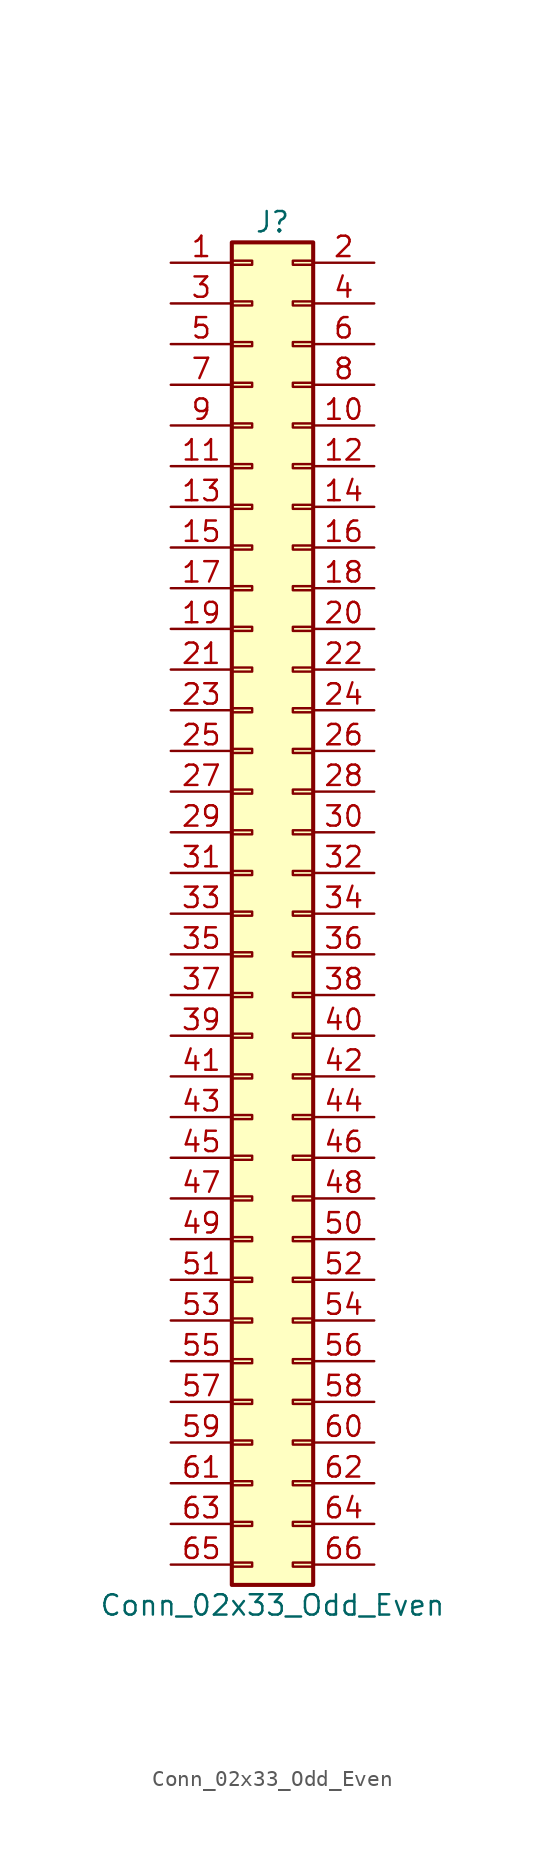
<source format=kicad_sym>
(kicad_symbol_lib
  (version 20231120)
  (generator "kicad_symbol_editor")
  (generator_version "8.0")
  (symbol "Conn_02x33_Odd_Even"
    (pin_names
      (offset 1.016) hide)
    (property "Reference" "J"
      (at 1.27 43.18 0)
      (effects (font (size 1.27 1.27))))
    (property "Value" "Conn_02x33_Odd_Even"
      (at 1.27 -43.18 0)
      (effects (font (size 1.27 1.27))))
    (symbol "Conn_02x33_Odd_Even_1_1"
      (rectangle (start -1.27 -40.513) (end 0 -40.767) (stroke (width 0.152) (type default)) (fill (type none)))
      (rectangle (start -1.27 -37.973) (end 0 -38.227) (stroke (width 0.152) (type default)) (fill (type none)))
      (rectangle (start -1.27 -35.433) (end 0 -35.687) (stroke (width 0.152) (type default)) (fill (type none)))
      (rectangle (start -1.27 -32.893) (end 0 -33.147) (stroke (width 0.152) (type default)) (fill (type none)))
      (rectangle (start -1.27 -30.353) (end 0 -30.607) (stroke (width 0.152) (type default)) (fill (type none)))
      (rectangle (start -1.27 -27.813) (end 0 -28.067) (stroke (width 0.152) (type default)) (fill (type none)))
      (rectangle (start -1.27 -25.273) (end 0 -25.527) (stroke (width 0.152) (type default)) (fill (type none)))
      (rectangle (start -1.27 -22.733) (end 0 -22.987) (stroke (width 0.152) (type default)) (fill (type none)))
      (rectangle (start -1.27 -20.193) (end 0 -20.447) (stroke (width 0.152) (type default)) (fill (type none)))
      (rectangle (start -1.27 -17.653) (end 0 -17.907) (stroke (width 0.152) (type default)) (fill (type none)))
      (rectangle (start -1.27 -15.113) (end 0 -15.367) (stroke (width 0.152) (type default)) (fill (type none)))
      (rectangle (start -1.27 -12.573) (end 0 -12.827) (stroke (width 0.152) (type default)) (fill (type none)))
      (rectangle (start -1.27 -10.033) (end 0 -10.287) (stroke (width 0.152) (type default)) (fill (type none)))
      (rectangle (start -1.27 -7.493) (end 0 -7.747) (stroke (width 0.152) (type default)) (fill (type none)))
      (rectangle (start -1.27 -4.953) (end 0 -5.207) (stroke (width 0.152) (type default)) (fill (type none)))
      (rectangle (start -1.27 -2.413) (end 0 -2.667) (stroke (width 0.152) (type default)) (fill (type none)))
      (rectangle (start -1.27 0.127) (end 0 -0.127) (stroke (width 0.152) (type default)) (fill (type none)))
      (rectangle (start -1.27 2.667) (end 0 2.413) (stroke (width 0.152) (type default)) (fill (type none)))
      (rectangle (start -1.27 5.207) (end 0 4.953) (stroke (width 0.152) (type default)) (fill (type none)))
      (rectangle (start -1.27 7.747) (end 0 7.493) (stroke (width 0.152) (type default)) (fill (type none)))
      (rectangle (start -1.27 10.287) (end 0 10.033) (stroke (width 0.152) (type default)) (fill (type none)))
      (rectangle (start -1.27 12.827) (end 0 12.573) (stroke (width 0.152) (type default)) (fill (type none)))
      (rectangle (start -1.27 15.367) (end 0 15.113) (stroke (width 0.152) (type default)) (fill (type none)))
      (rectangle (start -1.27 17.907) (end 0 17.653) (stroke (width 0.152) (type default)) (fill (type none)))
      (rectangle (start -1.27 20.447) (end 0 20.193) (stroke (width 0.152) (type default)) (fill (type none)))
      (rectangle (start -1.27 22.987) (end 0 22.733) (stroke (width 0.152) (type default)) (fill (type none)))
      (rectangle (start -1.27 25.527) (end 0 25.273) (stroke (width 0.152) (type default)) (fill (type none)))
      (rectangle (start -1.27 28.067) (end 0 27.813) (stroke (width 0.152) (type default)) (fill (type none)))
      (rectangle (start -1.27 30.607) (end 0 30.353) (stroke (width 0.152) (type default)) (fill (type none)))
      (rectangle (start -1.27 33.147) (end 0 32.893) (stroke (width 0.152) (type default)) (fill (type none)))
      (rectangle (start -1.27 35.687) (end 0 35.433) (stroke (width 0.152) (type default)) (fill (type none)))
      (rectangle (start -1.27 38.227) (end 0 37.973) (stroke (width 0.152) (type default)) (fill (type none)))
      (rectangle (start -1.27 40.767) (end 0 40.513) (stroke (width 0.152) (type default)) (fill (type none)))
      (rectangle (start -1.27 41.91) (end 3.81 -41.91) (stroke (width 0.254) (type default)) (fill (type background)))
      (rectangle (start 3.81 -40.513) (end 2.54 -40.767) (stroke (width 0.152) (type default)) (fill (type none)))
      (rectangle (start 3.81 -37.973) (end 2.54 -38.227) (stroke (width 0.152) (type default)) (fill (type none)))
      (rectangle (start 3.81 -35.433) (end 2.54 -35.687) (stroke (width 0.152) (type default)) (fill (type none)))
      (rectangle (start 3.81 -32.893) (end 2.54 -33.147) (stroke (width 0.152) (type default)) (fill (type none)))
      (rectangle (start 3.81 -30.353) (end 2.54 -30.607) (stroke (width 0.152) (type default)) (fill (type none)))
      (rectangle (start 3.81 -27.813) (end 2.54 -28.067) (stroke (width 0.152) (type default)) (fill (type none)))
      (rectangle (start 3.81 -25.273) (end 2.54 -25.527) (stroke (width 0.152) (type default)) (fill (type none)))
      (rectangle (start 3.81 -22.733) (end 2.54 -22.987) (stroke (width 0.152) (type default)) (fill (type none)))
      (rectangle (start 3.81 -20.193) (end 2.54 -20.447) (stroke (width 0.152) (type default)) (fill (type none)))
      (rectangle (start 3.81 -17.653) (end 2.54 -17.907) (stroke (width 0.152) (type default)) (fill (type none)))
      (rectangle (start 3.81 -15.113) (end 2.54 -15.367) (stroke (width 0.152) (type default)) (fill (type none)))
      (rectangle (start 3.81 -12.573) (end 2.54 -12.827) (stroke (width 0.152) (type default)) (fill (type none)))
      (rectangle (start 3.81 -10.033) (end 2.54 -10.287) (stroke (width 0.152) (type default)) (fill (type none)))
      (rectangle (start 3.81 -7.493) (end 2.54 -7.747) (stroke (width 0.152) (type default)) (fill (type none)))
      (rectangle (start 3.81 -4.953) (end 2.54 -5.207) (stroke (width 0.152) (type default)) (fill (type none)))
      (rectangle (start 3.81 -2.413) (end 2.54 -2.667) (stroke (width 0.152) (type default)) (fill (type none)))
      (rectangle (start 3.81 0.127) (end 2.54 -0.127) (stroke (width 0.152) (type default)) (fill (type none)))
      (rectangle (start 3.81 2.667) (end 2.54 2.413) (stroke (width 0.152) (type default)) (fill (type none)))
      (rectangle (start 3.81 5.207) (end 2.54 4.953) (stroke (width 0.152) (type default)) (fill (type none)))
      (rectangle (start 3.81 7.747) (end 2.54 7.493) (stroke (width 0.152) (type default)) (fill (type none)))
      (rectangle (start 3.81 10.287) (end 2.54 10.033) (stroke (width 0.152) (type default)) (fill (type none)))
      (rectangle (start 3.81 12.827) (end 2.54 12.573) (stroke (width 0.152) (type default)) (fill (type none)))
      (rectangle (start 3.81 15.367) (end 2.54 15.113) (stroke (width 0.152) (type default)) (fill (type none)))
      (rectangle (start 3.81 17.907) (end 2.54 17.653) (stroke (width 0.152) (type default)) (fill (type none)))
      (rectangle (start 3.81 20.447) (end 2.54 20.193) (stroke (width 0.152) (type default)) (fill (type none)))
      (rectangle (start 3.81 22.987) (end 2.54 22.733) (stroke (width 0.152) (type default)) (fill (type none)))
      (rectangle (start 3.81 25.527) (end 2.54 25.273) (stroke (width 0.152) (type default)) (fill (type none)))
      (rectangle (start 3.81 28.067) (end 2.54 27.813) (stroke (width 0.152) (type default)) (fill (type none)))
      (rectangle (start 3.81 30.607) (end 2.54 30.353) (stroke (width 0.152) (type default)) (fill (type none)))
      (rectangle (start 3.81 33.147) (end 2.54 32.893) (stroke (width 0.152) (type default)) (fill (type none)))
      (rectangle (start 3.81 35.687) (end 2.54 35.433) (stroke (width 0.152) (type default)) (fill (type none)))
      (rectangle (start 3.81 38.227) (end 2.54 37.973) (stroke (width 0.152) (type default)) (fill (type none)))
      (rectangle (start 3.81 40.767) (end 2.54 40.513) (stroke (width 0.152) (type default)) (fill (type none)))
      (pin passive line (at -5.08 40.64 0) (length 3.81) (name "Pin_1" (effects (font (size 1.27 1.27)))) (number "1" (effects (font (size 1.27 1.27)))))
      (pin passive line (at 7.62 30.48 180) (length 3.81) (name "Pin_10" (effects (font (size 1.27 1.27)))) (number "10" (effects (font (size 1.27 1.27)))))
      (pin passive line (at -5.08 27.94 0) (length 3.81) (name "Pin_11" (effects (font (size 1.27 1.27)))) (number "11" (effects (font (size 1.27 1.27)))))
      (pin passive line (at 7.62 27.94 180) (length 3.81) (name "Pin_12" (effects (font (size 1.27 1.27)))) (number "12" (effects (font (size 1.27 1.27)))))
      (pin passive line (at -5.08 25.4 0) (length 3.81) (name "Pin_13" (effects (font (size 1.27 1.27)))) (number "13" (effects (font (size 1.27 1.27)))))
      (pin passive line (at 7.62 25.4 180) (length 3.81) (name "Pin_14" (effects (font (size 1.27 1.27)))) (number "14" (effects (font (size 1.27 1.27)))))
      (pin passive line (at -5.08 22.86 0) (length 3.81) (name "Pin_15" (effects (font (size 1.27 1.27)))) (number "15" (effects (font (size 1.27 1.27)))))
      (pin passive line (at 7.62 22.86 180) (length 3.81) (name "Pin_16" (effects (font (size 1.27 1.27)))) (number "16" (effects (font (size 1.27 1.27)))))
      (pin passive line (at -5.08 20.32 0) (length 3.81) (name "Pin_17" (effects (font (size 1.27 1.27)))) (number "17" (effects (font (size 1.27 1.27)))))
      (pin passive line (at 7.62 20.32 180) (length 3.81) (name "Pin_18" (effects (font (size 1.27 1.27)))) (number "18" (effects (font (size 1.27 1.27)))))
      (pin passive line (at -5.08 17.78 0) (length 3.81) (name "Pin_19" (effects (font (size 1.27 1.27)))) (number "19" (effects (font (size 1.27 1.27)))))
      (pin passive line (at 7.62 40.64 180) (length 3.81) (name "Pin_2" (effects (font (size 1.27 1.27)))) (number "2" (effects (font (size 1.27 1.27)))))
      (pin passive line (at 7.62 17.78 180) (length 3.81) (name "Pin_20" (effects (font (size 1.27 1.27)))) (number "20" (effects (font (size 1.27 1.27)))))
      (pin passive line (at -5.08 15.24 0) (length 3.81) (name "Pin_21" (effects (font (size 1.27 1.27)))) (number "21" (effects (font (size 1.27 1.27)))))
      (pin passive line (at 7.62 15.24 180) (length 3.81) (name "Pin_22" (effects (font (size 1.27 1.27)))) (number "22" (effects (font (size 1.27 1.27)))))
      (pin passive line (at -5.08 12.7 0) (length 3.81) (name "Pin_23" (effects (font (size 1.27 1.27)))) (number "23" (effects (font (size 1.27 1.27)))))
      (pin passive line (at 7.62 12.7 180) (length 3.81) (name "Pin_24" (effects (font (size 1.27 1.27)))) (number "24" (effects (font (size 1.27 1.27)))))
      (pin passive line (at -5.08 10.16 0) (length 3.81) (name "Pin_25" (effects (font (size 1.27 1.27)))) (number "25" (effects (font (size 1.27 1.27)))))
      (pin passive line (at 7.62 10.16 180) (length 3.81) (name "Pin_26" (effects (font (size 1.27 1.27)))) (number "26" (effects (font (size 1.27 1.27)))))
      (pin passive line (at -5.08 7.62 0) (length 3.81) (name "Pin_27" (effects (font (size 1.27 1.27)))) (number "27" (effects (font (size 1.27 1.27)))))
      (pin passive line (at 7.62 7.62 180) (length 3.81) (name "Pin_28" (effects (font (size 1.27 1.27)))) (number "28" (effects (font (size 1.27 1.27)))))
      (pin passive line (at -5.08 5.08 0) (length 3.81) (name "Pin_29" (effects (font (size 1.27 1.27)))) (number "29" (effects (font (size 1.27 1.27)))))
      (pin passive line (at -5.08 38.1 0) (length 3.81) (name "Pin_3" (effects (font (size 1.27 1.27)))) (number "3" (effects (font (size 1.27 1.27)))))
      (pin passive line (at 7.62 5.08 180) (length 3.81) (name "Pin_30" (effects (font (size 1.27 1.27)))) (number "30" (effects (font (size 1.27 1.27)))))
      (pin passive line (at -5.08 2.54 0) (length 3.81) (name "Pin_31" (effects (font (size 1.27 1.27)))) (number "31" (effects (font (size 1.27 1.27)))))
      (pin passive line (at 7.62 2.54 180) (length 3.81) (name "Pin_32" (effects (font (size 1.27 1.27)))) (number "32" (effects (font (size 1.27 1.27)))))
      (pin passive line (at -5.08 0 0) (length 3.81) (name "Pin_33" (effects (font (size 1.27 1.27)))) (number "33" (effects (font (size 1.27 1.27)))))
      (pin passive line (at 7.62 0 180) (length 3.81) (name "Pin_34" (effects (font (size 1.27 1.27)))) (number "34" (effects (font (size 1.27 1.27)))))
      (pin passive line (at -5.08 -2.54 0) (length 3.81) (name "Pin_35" (effects (font (size 1.27 1.27)))) (number "35" (effects (font (size 1.27 1.27)))))
      (pin passive line (at 7.62 -2.54 180) (length 3.81) (name "Pin_36" (effects (font (size 1.27 1.27)))) (number "36" (effects (font (size 1.27 1.27)))))
      (pin passive line (at -5.08 -5.08 0) (length 3.81) (name "Pin_37" (effects (font (size 1.27 1.27)))) (number "37" (effects (font (size 1.27 1.27)))))
      (pin passive line (at 7.62 -5.08 180) (length 3.81) (name "Pin_38" (effects (font (size 1.27 1.27)))) (number "38" (effects (font (size 1.27 1.27)))))
      (pin passive line (at -5.08 -7.62 0) (length 3.81) (name "Pin_39" (effects (font (size 1.27 1.27)))) (number "39" (effects (font (size 1.27 1.27)))))
      (pin passive line (at 7.62 38.1 180) (length 3.81) (name "Pin_4" (effects (font (size 1.27 1.27)))) (number "4" (effects (font (size 1.27 1.27)))))
      (pin passive line (at 7.62 -7.62 180) (length 3.81) (name "Pin_40" (effects (font (size 1.27 1.27)))) (number "40" (effects (font (size 1.27 1.27)))))
      (pin passive line (at -5.08 -10.16 0) (length 3.81) (name "Pin_41" (effects (font (size 1.27 1.27)))) (number "41" (effects (font (size 1.27 1.27)))))
      (pin passive line (at 7.62 -10.16 180) (length 3.81) (name "Pin_42" (effects (font (size 1.27 1.27)))) (number "42" (effects (font (size 1.27 1.27)))))
      (pin passive line (at -5.08 -12.7 0) (length 3.81) (name "Pin_43" (effects (font (size 1.27 1.27)))) (number "43" (effects (font (size 1.27 1.27)))))
      (pin passive line (at 7.62 -12.7 180) (length 3.81) (name "Pin_44" (effects (font (size 1.27 1.27)))) (number "44" (effects (font (size 1.27 1.27)))))
      (pin passive line (at -5.08 -15.24 0) (length 3.81) (name "Pin_45" (effects (font (size 1.27 1.27)))) (number "45" (effects (font (size 1.27 1.27)))))
      (pin passive line (at 7.62 -15.24 180) (length 3.81) (name "Pin_46" (effects (font (size 1.27 1.27)))) (number "46" (effects (font (size 1.27 1.27)))))
      (pin passive line (at -5.08 -17.78 0) (length 3.81) (name "Pin_47" (effects (font (size 1.27 1.27)))) (number "47" (effects (font (size 1.27 1.27)))))
      (pin passive line (at 7.62 -17.78 180) (length 3.81) (name "Pin_48" (effects (font (size 1.27 1.27)))) (number "48" (effects (font (size 1.27 1.27)))))
      (pin passive line (at -5.08 -20.32 0) (length 3.81) (name "Pin_49" (effects (font (size 1.27 1.27)))) (number "49" (effects (font (size 1.27 1.27)))))
      (pin passive line (at -5.08 35.56 0) (length 3.81) (name "Pin_5" (effects (font (size 1.27 1.27)))) (number "5" (effects (font (size 1.27 1.27)))))
      (pin passive line (at 7.62 -20.32 180) (length 3.81) (name "Pin_50" (effects (font (size 1.27 1.27)))) (number "50" (effects (font (size 1.27 1.27)))))
      (pin passive line (at -5.08 -22.86 0) (length 3.81) (name "Pin_51" (effects (font (size 1.27 1.27)))) (number "51" (effects (font (size 1.27 1.27)))))
      (pin passive line (at 7.62 -22.86 180) (length 3.81) (name "Pin_52" (effects (font (size 1.27 1.27)))) (number "52" (effects (font (size 1.27 1.27)))))
      (pin passive line (at -5.08 -25.4 0) (length 3.81) (name "Pin_53" (effects (font (size 1.27 1.27)))) (number "53" (effects (font (size 1.27 1.27)))))
      (pin passive line (at 7.62 -25.4 180) (length 3.81) (name "Pin_54" (effects (font (size 1.27 1.27)))) (number "54" (effects (font (size 1.27 1.27)))))
      (pin passive line (at -5.08 -27.94 0) (length 3.81) (name "Pin_55" (effects (font (size 1.27 1.27)))) (number "55" (effects (font (size 1.27 1.27)))))
      (pin passive line (at 7.62 -27.94 180) (length 3.81) (name "Pin_56" (effects (font (size 1.27 1.27)))) (number "56" (effects (font (size 1.27 1.27)))))
      (pin passive line (at -5.08 -30.48 0) (length 3.81) (name "Pin_57" (effects (font (size 1.27 1.27)))) (number "57" (effects (font (size 1.27 1.27)))))
      (pin passive line (at 7.62 -30.48 180) (length 3.81) (name "Pin_58" (effects (font (size 1.27 1.27)))) (number "58" (effects (font (size 1.27 1.27)))))
      (pin passive line (at -5.08 -33.02 0) (length 3.81) (name "Pin_59" (effects (font (size 1.27 1.27)))) (number "59" (effects (font (size 1.27 1.27)))))
      (pin passive line (at 7.62 35.56 180) (length 3.81) (name "Pin_6" (effects (font (size 1.27 1.27)))) (number "6" (effects (font (size 1.27 1.27)))))
      (pin passive line (at 7.62 -33.02 180) (length 3.81) (name "Pin_60" (effects (font (size 1.27 1.27)))) (number "60" (effects (font (size 1.27 1.27)))))
      (pin passive line (at -5.08 -35.56 0) (length 3.81) (name "Pin_61" (effects (font (size 1.27 1.27)))) (number "61" (effects (font (size 1.27 1.27)))))
      (pin passive line (at 7.62 -35.56 180) (length 3.81) (name "Pin_62" (effects (font (size 1.27 1.27)))) (number "62" (effects (font (size 1.27 1.27)))))
      (pin passive line (at -5.08 -38.1 0) (length 3.81) (name "Pin_63" (effects (font (size 1.27 1.27)))) (number "63" (effects (font (size 1.27 1.27)))))
      (pin passive line (at 7.62 -38.1 180) (length 3.81) (name "Pin_64" (effects (font (size 1.27 1.27)))) (number "64" (effects (font (size 1.27 1.27)))))
      (pin passive line (at -5.08 -40.64 0) (length 3.81) (name "Pin_65" (effects (font (size 1.27 1.27)))) (number "65" (effects (font (size 1.27 1.27)))))
      (pin passive line (at 7.62 -40.64 180) (length 3.81) (name "Pin_66" (effects (font (size 1.27 1.27)))) (number "66" (effects (font (size 1.27 1.27)))))
      (pin passive line (at -5.08 33.02 0) (length 3.81) (name "Pin_7" (effects (font (size 1.27 1.27)))) (number "7" (effects (font (size 1.27 1.27)))))
      (pin passive line (at 7.62 33.02 180) (length 3.81) (name "Pin_8" (effects (font (size 1.27 1.27)))) (number "8" (effects (font (size 1.27 1.27)))))
      (pin passive line (at -5.08 30.48 0) (length 3.81) (name "Pin_9" (effects (font (size 1.27 1.27)))) (number "9" (effects (font (size 1.27 1.27))))))))
</source>
